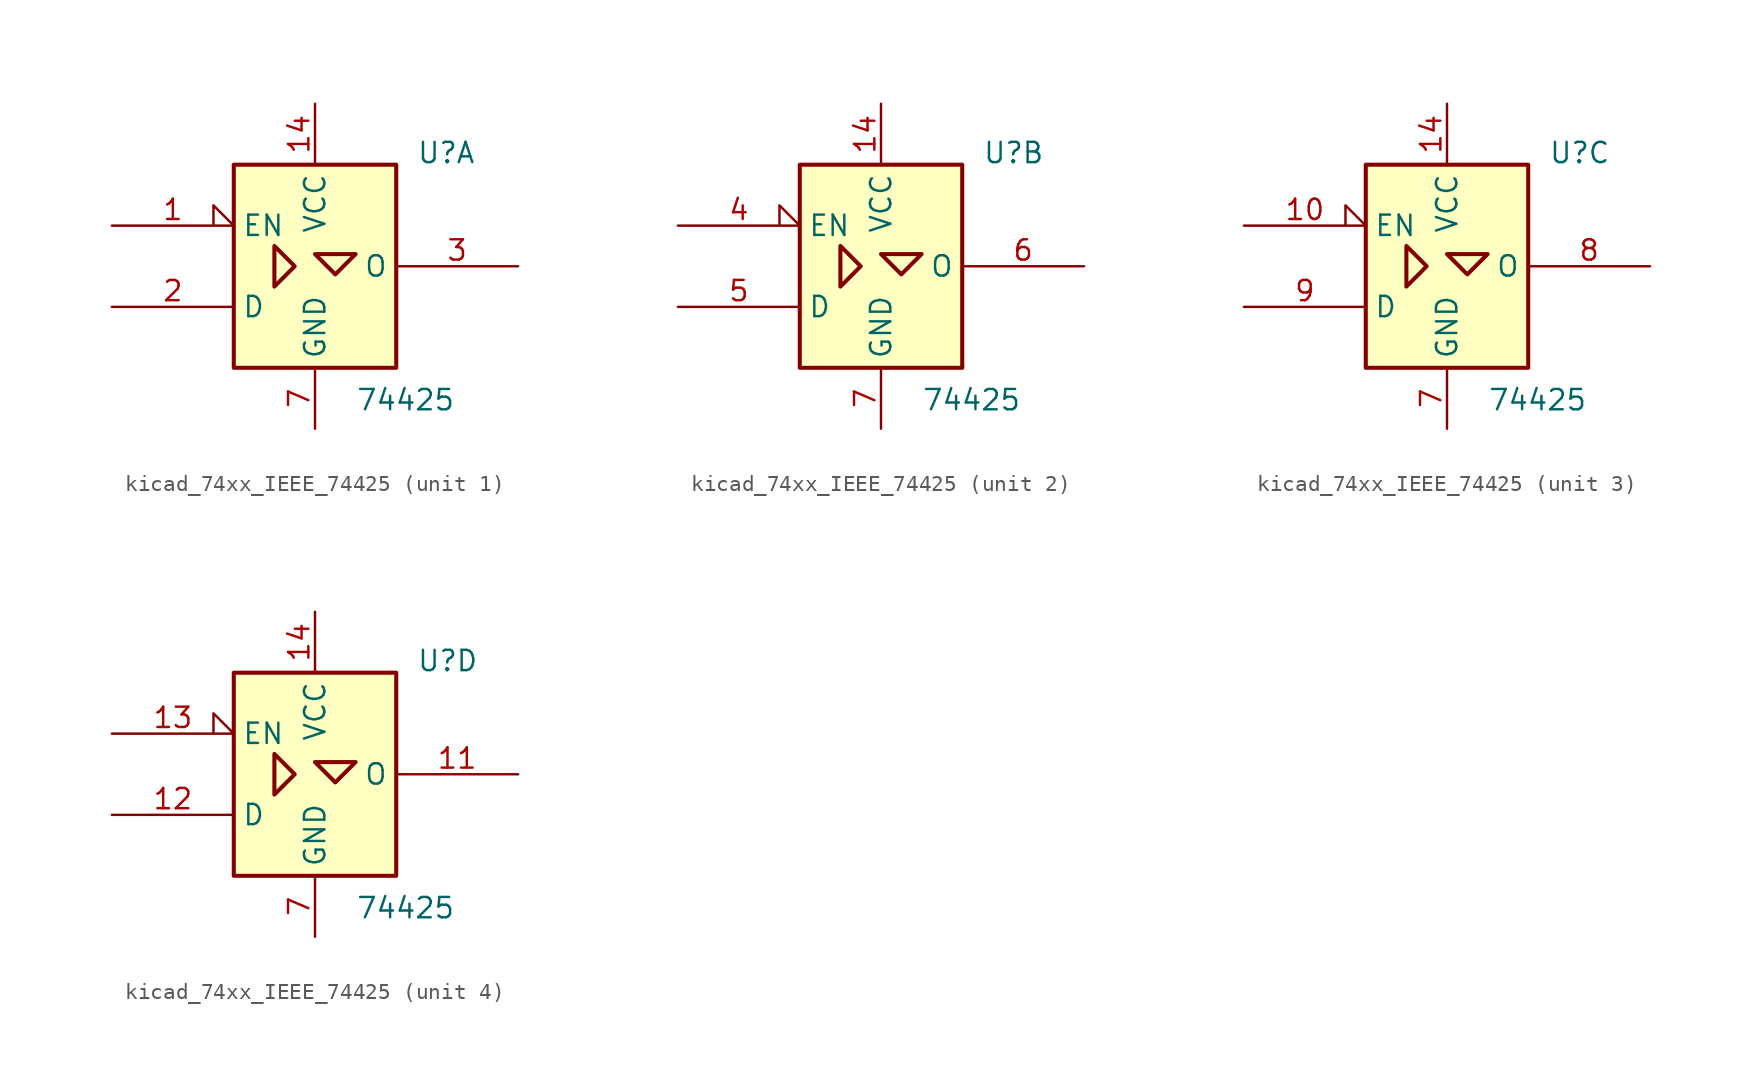
<source format=kicad_sym>
(kicad_symbol_lib
  (version 20220914)
  (generator kicad_symbol_editor)
  (symbol "kicad_74xx_IEEE_74425"
    (property "Reference" "U"
      (at 6.35 6.35 0)
      (effects (font (size 1.27 1.27)) (justify left bottom)))
    (property "Value" "74425"
      (at 2.54 -7.62 0)
      (effects (font (size 1.27 1.27)) (justify left top)))
    (symbol "kicad_74xx_IEEE_74425_0_1"
      (rectangle (start -5.08 6.35) (end 5.08 -6.35) (stroke (width 0.254) (type default)) (fill (type background)))
      (polyline (pts (xy -2.54 1.27) (xy -2.54 -1.27) (xy -1.27 0) (xy -2.54 1.27) (xy -2.54 1.27)) (stroke (width 0.254) (type default)) (fill (type background)))
      (polyline (pts (xy 0 0.762) (xy 2.54 0.762) (xy 1.27 -0.508) (xy 0 0.762) (xy 0 0.762)) (stroke (width 0.254) (type default)) (fill (type background)))
      (pin power_in line (at 0 10.16 270) (length 3.81) (name "VCC" (effects (font (size 1.27 1.27)))) (number "14" (effects (font (size 1.27 1.27)))))
      (pin power_in line (at 0 -10.16 90) (length 3.81) (name "GND" (effects (font (size 1.27 1.27)))) (number "7" (effects (font (size 1.27 1.27))))))
    (symbol "kicad_74xx_IEEE_74425_1_0"
      (pin input input_low (at -12.7 2.54 0) (length 7.62) (name "EN" (effects (font (size 1.27 1.27)))) (number "1" (effects (font (size 1.27 1.27))))))
    (symbol "kicad_74xx_IEEE_74425_1_1"
      (pin input line (at -12.7 -2.54 0) (length 7.62) (name "D" (effects (font (size 1.27 1.27)))) (number "2" (effects (font (size 1.27 1.27)))))
      (pin tri_state line (at 12.7 0 180) (length 7.62) (name "O" (effects (font (size 1.27 1.27)))) (number "3" (effects (font (size 1.27 1.27))))))
    (symbol "kicad_74xx_IEEE_74425_2_0"
      (pin input input_low (at -12.7 2.54 0) (length 7.62) (name "EN" (effects (font (size 1.27 1.27)))) (number "4" (effects (font (size 1.27 1.27))))))
    (symbol "kicad_74xx_IEEE_74425_2_1"
      (pin input line (at -12.7 -2.54 0) (length 7.62) (name "D" (effects (font (size 1.27 1.27)))) (number "5" (effects (font (size 1.27 1.27)))))
      (pin tri_state line (at 12.7 0 180) (length 7.62) (name "O" (effects (font (size 1.27 1.27)))) (number "6" (effects (font (size 1.27 1.27))))))
    (symbol "kicad_74xx_IEEE_74425_3_0"
      (pin input input_low (at -12.7 2.54 0) (length 7.62) (name "EN" (effects (font (size 1.27 1.27)))) (number "10" (effects (font (size 1.27 1.27))))))
    (symbol "kicad_74xx_IEEE_74425_3_1"
      (pin tri_state line (at 12.7 0 180) (length 7.62) (name "O" (effects (font (size 1.27 1.27)))) (number "8" (effects (font (size 1.27 1.27)))))
      (pin input line (at -12.7 -2.54 0) (length 7.62) (name "D" (effects (font (size 1.27 1.27)))) (number "9" (effects (font (size 1.27 1.27))))))
    (symbol "kicad_74xx_IEEE_74425_4_0"
      (pin input input_low (at -12.7 2.54 0) (length 7.62) (name "EN" (effects (font (size 1.27 1.27)))) (number "13" (effects (font (size 1.27 1.27))))))
    (symbol "kicad_74xx_IEEE_74425_4_1"
      (pin tri_state line (at 12.7 0 180) (length 7.62) (name "O" (effects (font (size 1.27 1.27)))) (number "11" (effects (font (size 1.27 1.27)))))
      (pin input line (at -12.7 -2.54 0) (length 7.62) (name "D" (effects (font (size 1.27 1.27)))) (number "12" (effects (font (size 1.27 1.27))))))))
</source>
